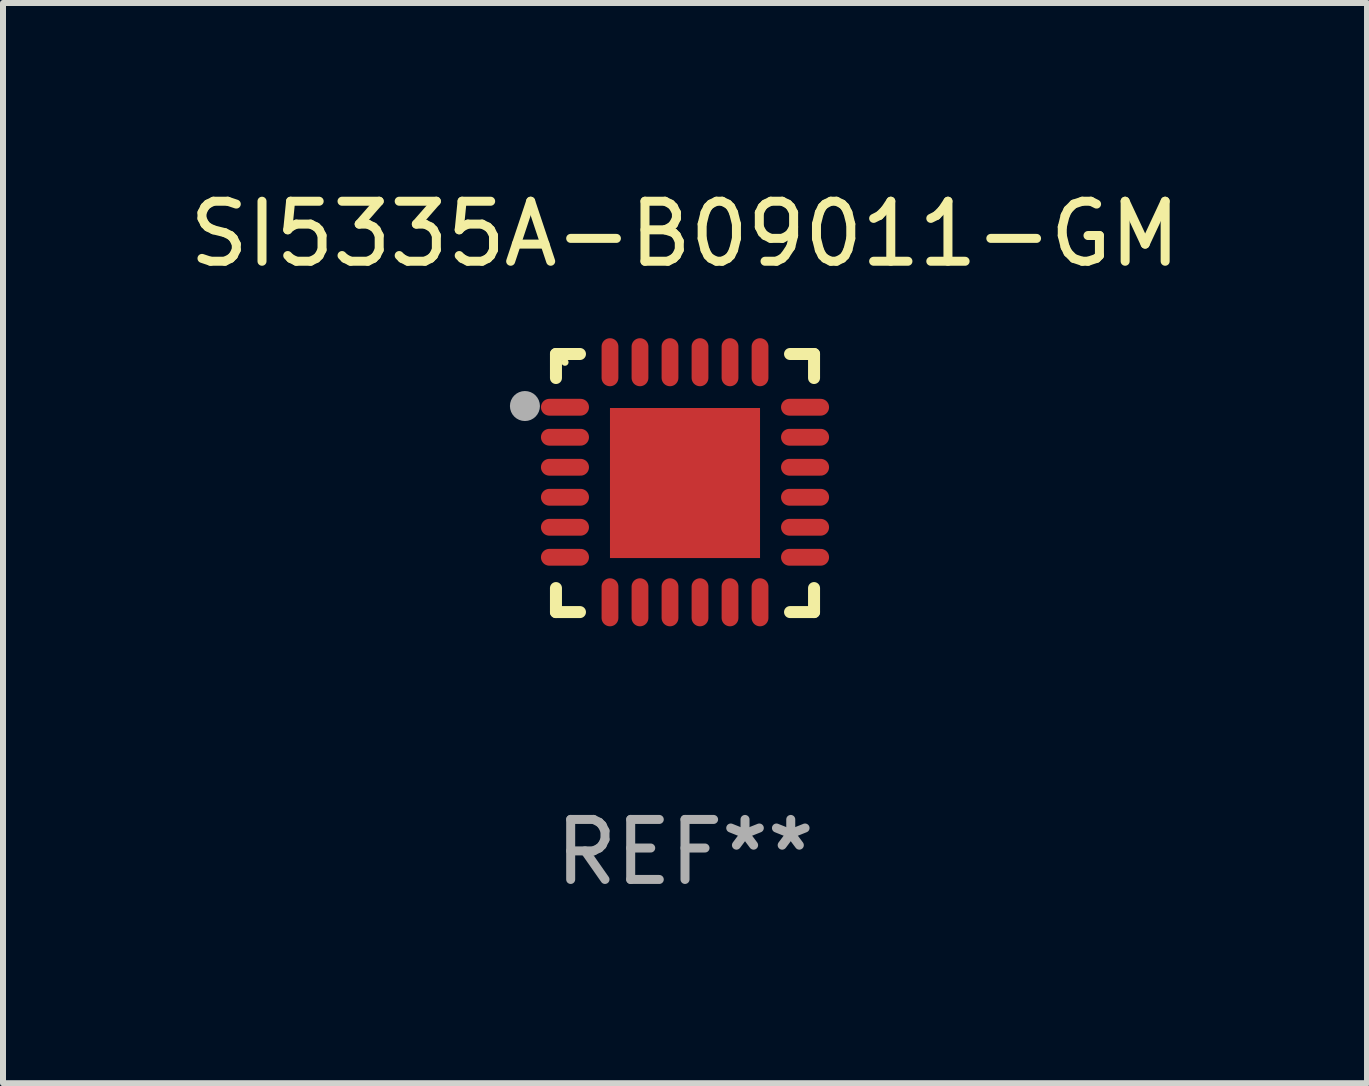
<source format=kicad_pcb>
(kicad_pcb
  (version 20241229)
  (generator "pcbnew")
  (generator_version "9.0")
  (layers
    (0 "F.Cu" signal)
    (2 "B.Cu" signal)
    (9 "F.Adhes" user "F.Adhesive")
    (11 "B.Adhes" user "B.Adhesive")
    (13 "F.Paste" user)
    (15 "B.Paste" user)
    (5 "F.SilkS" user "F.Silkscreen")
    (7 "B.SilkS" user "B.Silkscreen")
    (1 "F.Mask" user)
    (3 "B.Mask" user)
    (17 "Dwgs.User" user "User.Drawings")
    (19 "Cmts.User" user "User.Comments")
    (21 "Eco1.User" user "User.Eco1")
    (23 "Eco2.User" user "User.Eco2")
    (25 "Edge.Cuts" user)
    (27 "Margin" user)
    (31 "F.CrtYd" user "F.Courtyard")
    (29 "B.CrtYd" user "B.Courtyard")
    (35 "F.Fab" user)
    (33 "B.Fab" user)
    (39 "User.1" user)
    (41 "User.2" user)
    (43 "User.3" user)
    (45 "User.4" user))
  (footprint "SI5335A-B09011-GM"
    (layer "F.Cu")
    (at 8.363 4.998)
    (property "Reference" "SI5335A-B09011-GM" (at 0 -4.15 0) (layer "F.SilkS") (effects (font (size 1 1) (thickness 0.15))))
    (attr through_hole)
    (fp_line (start -2.15 -2.15) (end -1.75 -2.15) (stroke (width 0.2) (type solid)) (layer "F.SilkS"))
    (fp_line (start -2.15 -1.75) (end -2.15 -2.15) (stroke (width 0.2) (type solid)) (layer "F.SilkS"))
    (fp_line (start -2.15 2.15) (end -2.15 1.75) (stroke (width 0.2) (type solid)) (layer "F.SilkS"))
    (fp_line (start -1.75 2.15) (end -2.15 2.15) (stroke (width 0.2) (type solid)) (layer "F.SilkS"))
    (fp_line (start 1.75 -2.15) (end 2.15 -2.15) (stroke (width 0.2) (type solid)) (layer "F.SilkS"))
    (fp_line (start 1.75 2.15) (end 2.15 2.15) (stroke (width 0.2) (type solid)) (layer "F.SilkS"))
    (fp_line (start 2.15 -2.15) (end 2.15 -1.75) (stroke (width 0.2) (type solid)) (layer "F.SilkS"))
    (fp_line (start 2.15 2.15) (end 2.15 1.75) (stroke (width 0.2) (type solid)) (layer "F.SilkS"))
    (fp_circle (center -2 -2.013) (end -1.97 -2.013) (stroke (width 0.06) (type solid)) (fill no) (layer "F.SilkS"))
    (fp_circle (center -2.667 -1.283) (end -2.542 -1.283) (stroke (width 0.25) (type solid)) (fill no) (layer "F.Fab"))
    (fp_text user "REF**" (at 0 6.15 0) (layer "F.Fab") (effects (font (size 1 1) (thickness 0.15))))
    (pad "1" smd oval (at -2 -1.263) (size 0.8 0.28) (layers "F.Cu" "F.Mask" "F.Paste"))
    (pad "2" smd oval (at -2 -0.763) (size 0.8 0.28) (layers "F.Cu" "F.Mask" "F.Paste"))
    (pad "3" smd oval (at -2 -0.263) (size 0.8 0.28) (layers "F.Cu" "F.Mask" "F.Paste"))
    (pad "4" smd oval (at -2 0.237) (size 0.8 0.28) (layers "F.Cu" "F.Mask" "F.Paste"))
    (pad "5" smd oval (at -2 0.737) (size 0.8 0.28) (layers "F.Cu" "F.Mask" "F.Paste"))
    (pad "6" smd oval (at -2 1.237) (size 0.8 0.28) (layers "F.Cu" "F.Mask" "F.Paste"))
    (pad "7" smd oval (at -1.25 1.987) (size 0.28 0.8) (layers "F.Cu" "F.Mask" "F.Paste"))
    (pad "8" smd oval (at -0.75 1.987) (size 0.28 0.8) (layers "F.Cu" "F.Mask" "F.Paste"))
    (pad "9" smd oval (at -0.25 1.987) (size 0.28 0.8) (layers "F.Cu" "F.Mask" "F.Paste"))
    (pad "10" smd oval (at 0.25 1.987) (size 0.28 0.8) (layers "F.Cu" "F.Mask" "F.Paste"))
    (pad "11" smd oval (at 0.75 1.987) (size 0.28 0.8) (layers "F.Cu" "F.Mask" "F.Paste"))
    (pad "12" smd oval (at 1.25 1.987) (size 0.28 0.8) (layers "F.Cu" "F.Mask" "F.Paste"))
    (pad "13" smd oval (at 2 1.237) (size 0.8 0.28) (layers "F.Cu" "F.Mask" "F.Paste"))
    (pad "14" smd oval (at 2 0.737) (size 0.8 0.28) (layers "F.Cu" "F.Mask" "F.Paste"))
    (pad "15" smd oval (at 2 0.237) (size 0.8 0.28) (layers "F.Cu" "F.Mask" "F.Paste"))
    (pad "16" smd oval (at 2 -0.263) (size 0.8 0.28) (layers "F.Cu" "F.Mask" "F.Paste"))
    (pad "17" smd oval (at 2 -0.763) (size 0.8 0.28) (layers "F.Cu" "F.Mask" "F.Paste"))
    (pad "18" smd oval (at 2 -1.263) (size 0.8 0.28) (layers "F.Cu" "F.Mask" "F.Paste"))
    (pad "19" smd oval (at 1.25 -2.013) (size 0.28 0.8) (layers "F.Cu" "F.Mask" "F.Paste"))
    (pad "20" smd oval (at 0.75 -2.013) (size 0.28 0.8) (layers "F.Cu" "F.Mask" "F.Paste"))
    (pad "21" smd oval (at 0.25 -2.013) (size 0.28 0.8) (layers "F.Cu" "F.Mask" "F.Paste"))
    (pad "22" smd oval (at -0.25 -2.013) (size 0.28 0.8) (layers "F.Cu" "F.Mask" "F.Paste"))
    (pad "23" smd oval (at -0.75 -2.013) (size 0.28 0.8) (layers "F.Cu" "F.Mask" "F.Paste"))
    (pad "24" smd oval (at -1.25 -2.013) (size 0.28 0.8) (layers "F.Cu" "F.Mask" "F.Paste"))
    (pad "25" smd rect (at -0.000127 -0.00014) (size 2.5 2.5) (layers "F.Cu" "F.Mask" "F.Paste")))
  (gr_rect
    (start -3 -3)
    (end 19.726 14.997)
    (stroke (width 0.1) (type default))
    (fill no)
    (layer "Edge.Cuts")))
</source>
